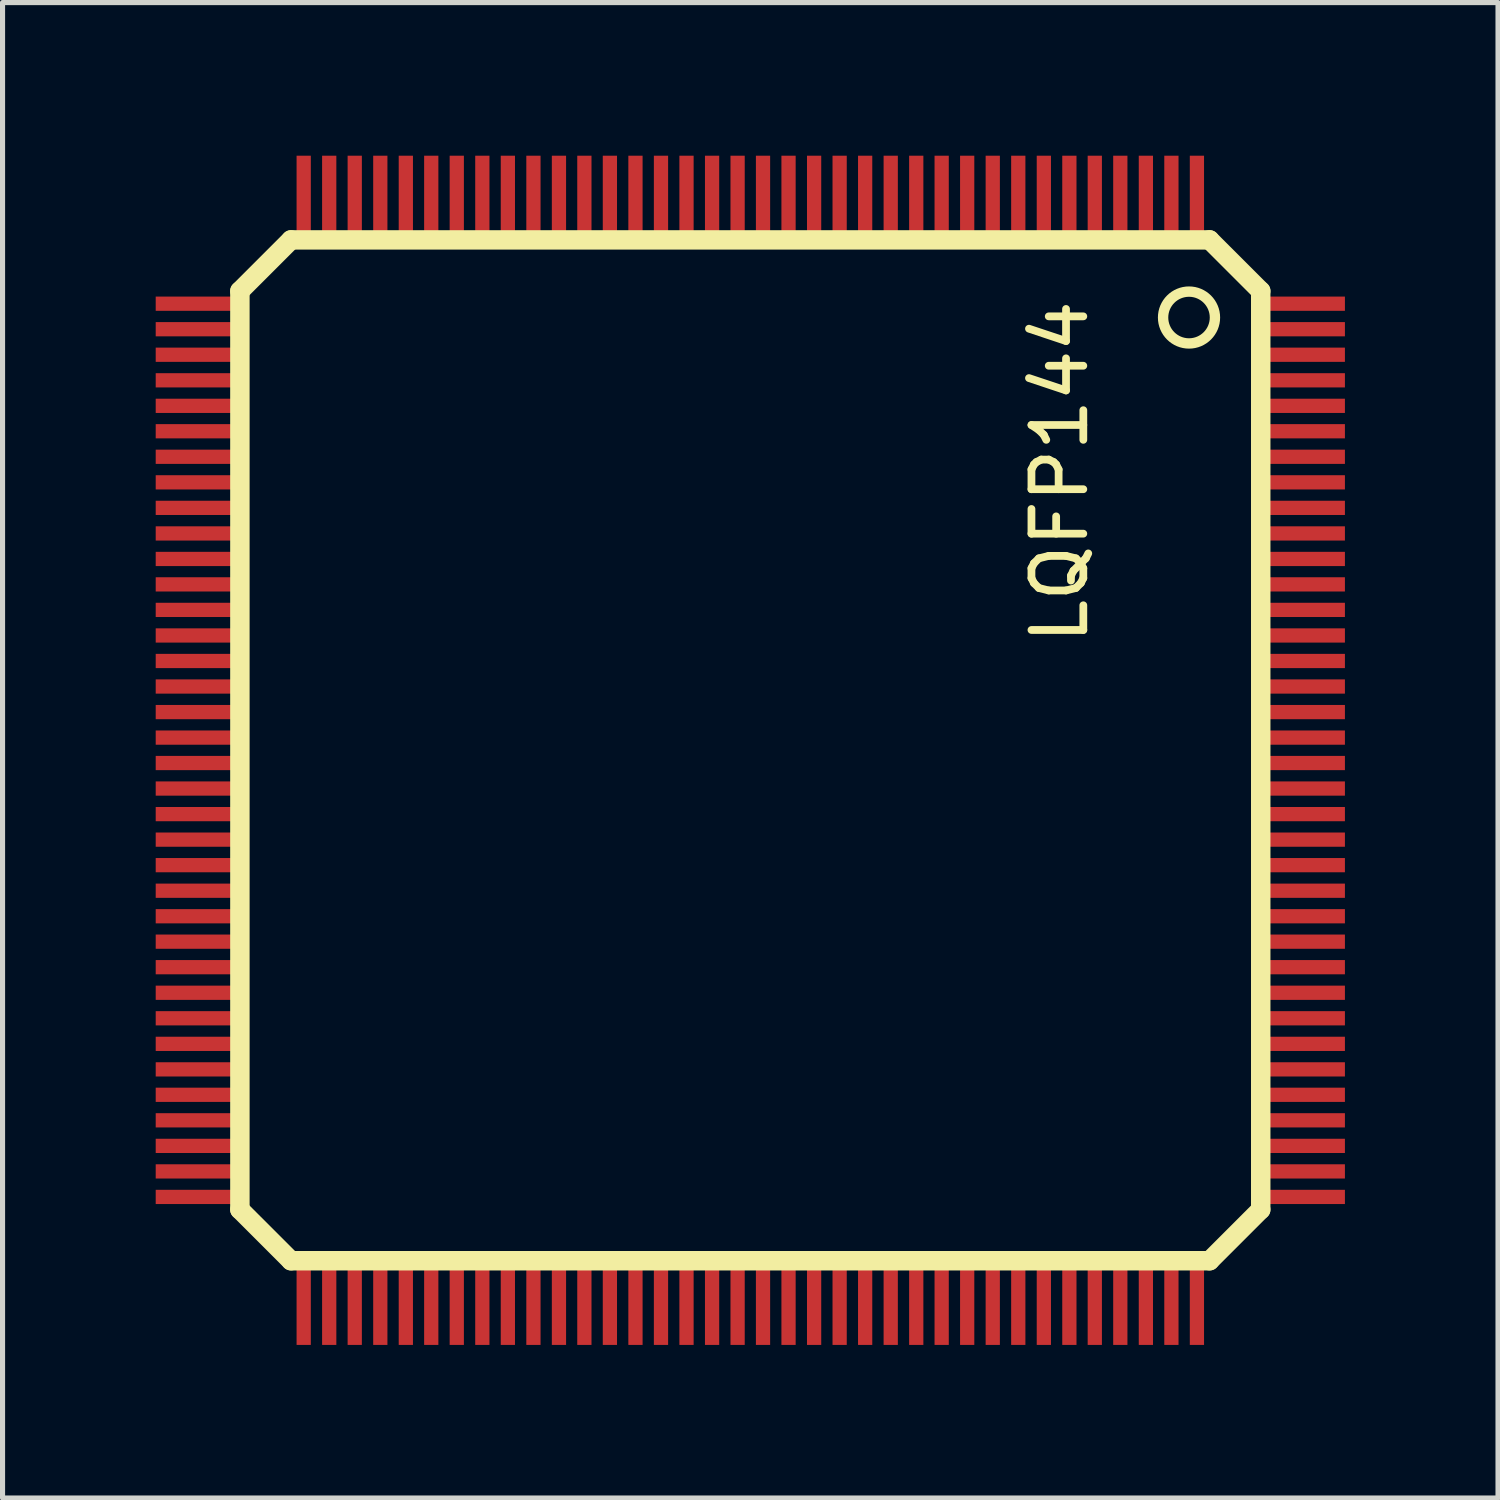
<source format=kicad_pcb>
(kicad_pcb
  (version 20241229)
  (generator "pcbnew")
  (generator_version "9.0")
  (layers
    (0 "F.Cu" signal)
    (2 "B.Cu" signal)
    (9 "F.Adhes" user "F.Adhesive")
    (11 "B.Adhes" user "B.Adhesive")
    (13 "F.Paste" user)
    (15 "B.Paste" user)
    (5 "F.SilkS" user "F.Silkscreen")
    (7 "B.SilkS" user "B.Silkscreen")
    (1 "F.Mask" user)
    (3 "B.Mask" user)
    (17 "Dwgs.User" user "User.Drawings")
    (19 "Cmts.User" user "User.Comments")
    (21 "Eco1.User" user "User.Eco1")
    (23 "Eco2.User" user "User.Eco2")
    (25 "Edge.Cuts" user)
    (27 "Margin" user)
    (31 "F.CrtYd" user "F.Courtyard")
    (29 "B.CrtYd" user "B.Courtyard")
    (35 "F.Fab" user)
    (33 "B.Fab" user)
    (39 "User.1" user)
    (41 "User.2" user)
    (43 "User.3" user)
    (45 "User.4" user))
  (footprint "LQFP144"
    (layer "F.Cu")
    (at 11.65 11.65)
    (property "Reference" "LQFP144" (at 6.062 -5.454 90) (layer "F.SilkS") (effects (font (size 1.016 1.016) (thickness 0.152))))
    (attr smd)
    (fp_line (start -10 -8.999) (end -10 8.999) (stroke (width 0.381) (type solid)) (layer "F.SilkS"))
    (fp_line (start -10 -8.999) (end -8.999 -10) (stroke (width 0.381) (type solid)) (layer "F.SilkS"))
    (fp_line (start -8.999 10) (end -10 8.999) (stroke (width 0.381) (type solid)) (layer "F.SilkS"))
    (fp_line (start -8.999 10) (end 8.999 10) (stroke (width 0.381) (type solid)) (layer "F.SilkS"))
    (fp_line (start 8.999 -10) (end -8.999 -10) (stroke (width 0.381) (type solid)) (layer "F.SilkS"))
    (fp_line (start 8.999 -10) (end 10 -8.999) (stroke (width 0.381) (type solid)) (layer "F.SilkS"))
    (fp_line (start 10 8.999) (end 8.999 10) (stroke (width 0.381) (type solid)) (layer "F.SilkS"))
    (fp_line (start 10 8.999) (end 10 -8.999) (stroke (width 0.381) (type solid)) (layer "F.SilkS"))
    (fp_circle (center 8.595 -8.479) (end 8.595 -8.987) (stroke (width 0.203) (type solid)) (fill no) (layer "F.SilkS"))
    (pad "1" smd rect (at 8.75 -10.899) (size 0.279 1.501) (layers "F.Cu" "F.Mask" "F.Paste"))
    (pad "2" smd rect (at 8.25 -10.899) (size 0.279 1.501) (layers "F.Cu" "F.Mask" "F.Paste"))
    (pad "3" smd rect (at 7.75 -10.899) (size 0.279 1.501) (layers "F.Cu" "F.Mask" "F.Paste"))
    (pad "4" smd rect (at 7.249 -10.899) (size 0.279 1.501) (layers "F.Cu" "F.Mask" "F.Paste"))
    (pad "5" smd rect (at 6.749 -10.899) (size 0.279 1.501) (layers "F.Cu" "F.Mask" "F.Paste"))
    (pad "6" smd rect (at 6.251 -10.899) (size 0.279 1.501) (layers "F.Cu" "F.Mask" "F.Paste"))
    (pad "7" smd rect (at 5.751 -10.899) (size 0.279 1.501) (layers "F.Cu" "F.Mask" "F.Paste"))
    (pad "8" smd rect (at 5.25 -10.899) (size 0.279 1.501) (layers "F.Cu" "F.Mask" "F.Paste"))
    (pad "9" smd rect (at 4.75 -10.899) (size 0.279 1.501) (layers "F.Cu" "F.Mask" "F.Paste"))
    (pad "10" smd rect (at 4.249 -10.899) (size 0.279 1.501) (layers "F.Cu" "F.Mask" "F.Paste"))
    (pad "11" smd rect (at 3.749 -10.899) (size 0.279 1.501) (layers "F.Cu" "F.Mask" "F.Paste"))
    (pad "12" smd rect (at 3.251 -10.899) (size 0.279 1.501) (layers "F.Cu" "F.Mask" "F.Paste"))
    (pad "13" smd rect (at 2.751 -10.899) (size 0.279 1.501) (layers "F.Cu" "F.Mask" "F.Paste"))
    (pad "14" smd rect (at 2.25 -10.899) (size 0.279 1.501) (layers "F.Cu" "F.Mask" "F.Paste"))
    (pad "15" smd rect (at 1.75 -10.899) (size 0.279 1.501) (layers "F.Cu" "F.Mask" "F.Paste"))
    (pad "16" smd rect (at 1.25 -10.899) (size 0.279 1.501) (layers "F.Cu" "F.Mask" "F.Paste"))
    (pad "17" smd rect (at 0.749 -10.899) (size 0.279 1.501) (layers "F.Cu" "F.Mask" "F.Paste"))
    (pad "18" smd rect (at 0.249 -10.899) (size 0.279 1.501) (layers "F.Cu" "F.Mask" "F.Paste"))
    (pad "19" smd rect (at -0.249 -10.899) (size 0.279 1.501) (layers "F.Cu" "F.Mask" "F.Paste"))
    (pad "20" smd rect (at -0.749 -10.899) (size 0.279 1.501) (layers "F.Cu" "F.Mask" "F.Paste"))
    (pad "21" smd rect (at -1.25 -10.899) (size 0.279 1.501) (layers "F.Cu" "F.Mask" "F.Paste"))
    (pad "22" smd rect (at -1.75 -10.899) (size 0.279 1.501) (layers "F.Cu" "F.Mask" "F.Paste"))
    (pad "23" smd rect (at -2.25 -10.899) (size 0.279 1.501) (layers "F.Cu" "F.Mask" "F.Paste"))
    (pad "24" smd rect (at -2.751 -10.899) (size 0.279 1.501) (layers "F.Cu" "F.Mask" "F.Paste"))
    (pad "25" smd rect (at -3.251 -10.899) (size 0.279 1.501) (layers "F.Cu" "F.Mask" "F.Paste"))
    (pad "26" smd rect (at -3.749 -10.899) (size 0.279 1.501) (layers "F.Cu" "F.Mask" "F.Paste"))
    (pad "27" smd rect (at -4.249 -10.899) (size 0.279 1.501) (layers "F.Cu" "F.Mask" "F.Paste"))
    (pad "28" smd rect (at -4.75 -10.899) (size 0.279 1.501) (layers "F.Cu" "F.Mask" "F.Paste"))
    (pad "29" smd rect (at -5.25 -10.899) (size 0.279 1.501) (layers "F.Cu" "F.Mask" "F.Paste"))
    (pad "30" smd rect (at -5.751 -10.899) (size 0.279 1.501) (layers "F.Cu" "F.Mask" "F.Paste"))
    (pad "31" smd rect (at -6.251 -10.899) (size 0.279 1.501) (layers "F.Cu" "F.Mask" "F.Paste"))
    (pad "32" smd rect (at -6.749 -10.899) (size 0.279 1.501) (layers "F.Cu" "F.Mask" "F.Paste"))
    (pad "33" smd rect (at -7.249 -10.899) (size 0.279 1.501) (layers "F.Cu" "F.Mask" "F.Paste"))
    (pad "34" smd rect (at -7.75 -10.899) (size 0.279 1.501) (layers "F.Cu" "F.Mask" "F.Paste"))
    (pad "35" smd rect (at -8.25 -10.899) (size 0.279 1.501) (layers "F.Cu" "F.Mask" "F.Paste"))
    (pad "36" smd rect (at -8.75 -10.899) (size 0.279 1.501) (layers "F.Cu" "F.Mask" "F.Paste"))
    (pad "37" smd rect (at -10.899 -8.75) (size 1.501 0.279) (layers "F.Cu" "F.Mask" "F.Paste"))
    (pad "38" smd rect (at -10.899 -8.25) (size 1.501 0.279) (layers "F.Cu" "F.Mask" "F.Paste"))
    (pad "39" smd rect (at -10.899 -7.75) (size 1.501 0.279) (layers "F.Cu" "F.Mask" "F.Paste"))
    (pad "40" smd rect (at -10.899 -7.249) (size 1.501 0.279) (layers "F.Cu" "F.Mask" "F.Paste"))
    (pad "41" smd rect (at -10.899 -6.749) (size 1.501 0.279) (layers "F.Cu" "F.Mask" "F.Paste"))
    (pad "42" smd rect (at -10.899 -6.251) (size 1.501 0.279) (layers "F.Cu" "F.Mask" "F.Paste"))
    (pad "43" smd rect (at -10.899 -5.751) (size 1.501 0.279) (layers "F.Cu" "F.Mask" "F.Paste"))
    (pad "44" smd rect (at -10.899 -5.25) (size 1.501 0.279) (layers "F.Cu" "F.Mask" "F.Paste"))
    (pad "45" smd rect (at -10.899 -4.75) (size 1.501 0.279) (layers "F.Cu" "F.Mask" "F.Paste"))
    (pad "46" smd rect (at -10.899 -4.249) (size 1.501 0.279) (layers "F.Cu" "F.Mask" "F.Paste"))
    (pad "47" smd rect (at -10.899 -3.749) (size 1.501 0.279) (layers "F.Cu" "F.Mask" "F.Paste"))
    (pad "48" smd rect (at -10.899 -3.251) (size 1.501 0.279) (layers "F.Cu" "F.Mask" "F.Paste"))
    (pad "49" smd rect (at -10.899 -2.751) (size 1.501 0.279) (layers "F.Cu" "F.Mask" "F.Paste"))
    (pad "50" smd rect (at -10.899 -2.25) (size 1.501 0.279) (layers "F.Cu" "F.Mask" "F.Paste"))
    (pad "51" smd rect (at -10.899 -1.75) (size 1.501 0.279) (layers "F.Cu" "F.Mask" "F.Paste"))
    (pad "52" smd rect (at -10.899 -1.25) (size 1.501 0.279) (layers "F.Cu" "F.Mask" "F.Paste"))
    (pad "53" smd rect (at -10.899 -0.749) (size 1.501 0.279) (layers "F.Cu" "F.Mask" "F.Paste"))
    (pad "54" smd rect (at -10.899 -0.249) (size 1.501 0.279) (layers "F.Cu" "F.Mask" "F.Paste"))
    (pad "55" smd rect (at -10.899 0.249) (size 1.501 0.279) (layers "F.Cu" "F.Mask" "F.Paste"))
    (pad "56" smd rect (at -10.899 0.749) (size 1.501 0.279) (layers "F.Cu" "F.Mask" "F.Paste"))
    (pad "57" smd rect (at -10.899 1.25) (size 1.501 0.279) (layers "F.Cu" "F.Mask" "F.Paste"))
    (pad "58" smd rect (at -10.899 1.75) (size 1.501 0.279) (layers "F.Cu" "F.Mask" "F.Paste"))
    (pad "59" smd rect (at -10.899 2.25) (size 1.501 0.279) (layers "F.Cu" "F.Mask" "F.Paste"))
    (pad "60" smd rect (at -10.899 2.751) (size 1.501 0.279) (layers "F.Cu" "F.Mask" "F.Paste"))
    (pad "61" smd rect (at -10.899 3.251) (size 1.501 0.279) (layers "F.Cu" "F.Mask" "F.Paste"))
    (pad "62" smd rect (at -10.899 3.749) (size 1.501 0.279) (layers "F.Cu" "F.Mask" "F.Paste"))
    (pad "63" smd rect (at -10.899 4.249) (size 1.501 0.279) (layers "F.Cu" "F.Mask" "F.Paste"))
    (pad "64" smd rect (at -10.899 4.75) (size 1.501 0.279) (layers "F.Cu" "F.Mask" "F.Paste"))
    (pad "65" smd rect (at -10.899 5.25) (size 1.501 0.279) (layers "F.Cu" "F.Mask" "F.Paste"))
    (pad "66" smd rect (at -10.899 5.751) (size 1.501 0.279) (layers "F.Cu" "F.Mask" "F.Paste"))
    (pad "67" smd rect (at -10.899 6.251) (size 1.501 0.279) (layers "F.Cu" "F.Mask" "F.Paste"))
    (pad "68" smd rect (at -10.899 6.749) (size 1.501 0.279) (layers "F.Cu" "F.Mask" "F.Paste"))
    (pad "69" smd rect (at -10.899 7.249) (size 1.501 0.279) (layers "F.Cu" "F.Mask" "F.Paste"))
    (pad "70" smd rect (at -10.899 7.75) (size 1.501 0.279) (layers "F.Cu" "F.Mask" "F.Paste"))
    (pad "71" smd rect (at -10.899 8.25) (size 1.501 0.279) (layers "F.Cu" "F.Mask" "F.Paste"))
    (pad "72" smd rect (at -10.899 8.75) (size 1.501 0.279) (layers "F.Cu" "F.Mask" "F.Paste"))
    (pad "73" smd rect (at -8.75 10.899) (size 0.279 1.501) (layers "F.Cu" "F.Mask" "F.Paste"))
    (pad "74" smd rect (at -8.25 10.899) (size 0.279 1.501) (layers "F.Cu" "F.Mask" "F.Paste"))
    (pad "75" smd rect (at -7.75 10.899) (size 0.279 1.501) (layers "F.Cu" "F.Mask" "F.Paste"))
    (pad "76" smd rect (at -7.249 10.899) (size 0.279 1.501) (layers "F.Cu" "F.Mask" "F.Paste"))
    (pad "77" smd rect (at -6.749 10.899) (size 0.279 1.501) (layers "F.Cu" "F.Mask" "F.Paste"))
    (pad "78" smd rect (at -6.251 10.899) (size 0.279 1.501) (layers "F.Cu" "F.Mask" "F.Paste"))
    (pad "79" smd rect (at -5.751 10.899) (size 0.279 1.501) (layers "F.Cu" "F.Mask" "F.Paste"))
    (pad "80" smd rect (at -5.25 10.899) (size 0.279 1.501) (layers "F.Cu" "F.Mask" "F.Paste"))
    (pad "81" smd rect (at -4.75 10.899) (size 0.279 1.501) (layers "F.Cu" "F.Mask" "F.Paste"))
    (pad "82" smd rect (at -4.249 10.899) (size 0.279 1.501) (layers "F.Cu" "F.Mask" "F.Paste"))
    (pad "83" smd rect (at -3.749 10.899) (size 0.279 1.501) (layers "F.Cu" "F.Mask" "F.Paste"))
    (pad "84" smd rect (at -3.251 10.899) (size 0.279 1.501) (layers "F.Cu" "F.Mask" "F.Paste"))
    (pad "85" smd rect (at -2.751 10.899) (size 0.279 1.501) (layers "F.Cu" "F.Mask" "F.Paste"))
    (pad "86" smd rect (at -2.25 10.899) (size 0.279 1.501) (layers "F.Cu" "F.Mask" "F.Paste"))
    (pad "87" smd rect (at -1.75 10.899) (size 0.279 1.501) (layers "F.Cu" "F.Mask" "F.Paste"))
    (pad "88" smd rect (at -1.25 10.899) (size 0.279 1.501) (layers "F.Cu" "F.Mask" "F.Paste"))
    (pad "89" smd rect (at -0.749 10.899) (size 0.279 1.501) (layers "F.Cu" "F.Mask" "F.Paste"))
    (pad "90" smd rect (at -0.249 10.899) (size 0.279 1.501) (layers "F.Cu" "F.Mask" "F.Paste"))
    (pad "91" smd rect (at 0.249 10.899) (size 0.279 1.501) (layers "F.Cu" "F.Mask" "F.Paste"))
    (pad "92" smd rect (at 0.749 10.899) (size 0.279 1.501) (layers "F.Cu" "F.Mask" "F.Paste"))
    (pad "93" smd rect (at 1.25 10.899) (size 0.279 1.501) (layers "F.Cu" "F.Mask" "F.Paste"))
    (pad "94" smd rect (at 1.75 10.899) (size 0.279 1.501) (layers "F.Cu" "F.Mask" "F.Paste"))
    (pad "95" smd rect (at 2.25 10.899) (size 0.279 1.501) (layers "F.Cu" "F.Mask" "F.Paste"))
    (pad "96" smd rect (at 2.751 10.899) (size 0.279 1.501) (layers "F.Cu" "F.Mask" "F.Paste"))
    (pad "97" smd rect (at 3.251 10.899) (size 0.279 1.501) (layers "F.Cu" "F.Mask" "F.Paste"))
    (pad "98" smd rect (at 3.749 10.899) (size 0.279 1.501) (layers "F.Cu" "F.Mask" "F.Paste"))
    (pad "99" smd rect (at 4.249 10.899) (size 0.279 1.501) (layers "F.Cu" "F.Mask" "F.Paste"))
    (pad "100" smd rect (at 4.75 10.899) (size 0.279 1.501) (layers "F.Cu" "F.Mask" "F.Paste"))
    (pad "101" smd rect (at 5.25 10.899) (size 0.279 1.501) (layers "F.Cu" "F.Mask" "F.Paste"))
    (pad "102" smd rect (at 5.751 10.899) (size 0.279 1.501) (layers "F.Cu" "F.Mask" "F.Paste"))
    (pad "103" smd rect (at 6.251 10.899) (size 0.279 1.501) (layers "F.Cu" "F.Mask" "F.Paste"))
    (pad "104" smd rect (at 6.749 10.899) (size 0.279 1.501) (layers "F.Cu" "F.Mask" "F.Paste"))
    (pad "105" smd rect (at 7.249 10.899) (size 0.279 1.501) (layers "F.Cu" "F.Mask" "F.Paste"))
    (pad "106" smd rect (at 7.75 10.899) (size 0.279 1.501) (layers "F.Cu" "F.Mask" "F.Paste"))
    (pad "107" smd rect (at 8.25 10.899) (size 0.279 1.501) (layers "F.Cu" "F.Mask" "F.Paste"))
    (pad "108" smd rect (at 8.75 10.899) (size 0.279 1.501) (layers "F.Cu" "F.Mask" "F.Paste"))
    (pad "109" smd rect (at 10.899 8.75) (size 1.501 0.279) (layers "F.Cu" "F.Mask" "F.Paste"))
    (pad "110" smd rect (at 10.899 8.25) (size 1.501 0.279) (layers "F.Cu" "F.Mask" "F.Paste"))
    (pad "111" smd rect (at 10.899 7.75) (size 1.501 0.279) (layers "F.Cu" "F.Mask" "F.Paste"))
    (pad "112" smd rect (at 10.899 7.249) (size 1.501 0.279) (layers "F.Cu" "F.Mask" "F.Paste"))
    (pad "113" smd rect (at 10.899 6.749) (size 1.501 0.279) (layers "F.Cu" "F.Mask" "F.Paste"))
    (pad "114" smd rect (at 10.899 6.251) (size 1.501 0.279) (layers "F.Cu" "F.Mask" "F.Paste"))
    (pad "115" smd rect (at 10.899 5.751) (size 1.501 0.279) (layers "F.Cu" "F.Mask" "F.Paste"))
    (pad "116" smd rect (at 10.899 5.25) (size 1.501 0.279) (layers "F.Cu" "F.Mask" "F.Paste"))
    (pad "117" smd rect (at 10.899 4.75) (size 1.501 0.279) (layers "F.Cu" "F.Mask" "F.Paste"))
    (pad "118" smd rect (at 10.899 4.249) (size 1.501 0.279) (layers "F.Cu" "F.Mask" "F.Paste"))
    (pad "119" smd rect (at 10.899 3.749) (size 1.501 0.279) (layers "F.Cu" "F.Mask" "F.Paste"))
    (pad "120" smd rect (at 10.899 3.251) (size 1.501 0.279) (layers "F.Cu" "F.Mask" "F.Paste"))
    (pad "121" smd rect (at 10.899 2.751) (size 1.501 0.279) (layers "F.Cu" "F.Mask" "F.Paste"))
    (pad "122" smd rect (at 10.899 2.25) (size 1.501 0.279) (layers "F.Cu" "F.Mask" "F.Paste"))
    (pad "123" smd rect (at 10.899 1.75) (size 1.501 0.279) (layers "F.Cu" "F.Mask" "F.Paste"))
    (pad "124" smd rect (at 10.899 1.25) (size 1.501 0.279) (layers "F.Cu" "F.Mask" "F.Paste"))
    (pad "125" smd rect (at 10.899 0.749) (size 1.501 0.279) (layers "F.Cu" "F.Mask" "F.Paste"))
    (pad "126" smd rect (at 10.899 0.249) (size 1.501 0.279) (layers "F.Cu" "F.Mask" "F.Paste"))
    (pad "127" smd rect (at 10.899 -0.249) (size 1.501 0.279) (layers "F.Cu" "F.Mask" "F.Paste"))
    (pad "128" smd rect (at 10.899 -0.749) (size 1.501 0.279) (layers "F.Cu" "F.Mask" "F.Paste"))
    (pad "129" smd rect (at 10.899 -1.25) (size 1.501 0.279) (layers "F.Cu" "F.Mask" "F.Paste"))
    (pad "130" smd rect (at 10.899 -1.75) (size 1.501 0.279) (layers "F.Cu" "F.Mask" "F.Paste"))
    (pad "131" smd rect (at 10.899 -2.25) (size 1.501 0.279) (layers "F.Cu" "F.Mask" "F.Paste"))
    (pad "132" smd rect (at 10.899 -2.751) (size 1.501 0.279) (layers "F.Cu" "F.Mask" "F.Paste"))
    (pad "133" smd rect (at 10.899 -3.251) (size 1.501 0.279) (layers "F.Cu" "F.Mask" "F.Paste"))
    (pad "134" smd rect (at 10.899 -3.749) (size 1.501 0.279) (layers "F.Cu" "F.Mask" "F.Paste"))
    (pad "135" smd rect (at 10.899 -4.249) (size 1.501 0.279) (layers "F.Cu" "F.Mask" "F.Paste"))
    (pad "136" smd rect (at 10.899 -4.75) (size 1.501 0.279) (layers "F.Cu" "F.Mask" "F.Paste"))
    (pad "137" smd rect (at 10.899 -5.25) (size 1.501 0.279) (layers "F.Cu" "F.Mask" "F.Paste"))
    (pad "138" smd rect (at 10.899 -5.751) (size 1.501 0.279) (layers "F.Cu" "F.Mask" "F.Paste"))
    (pad "139" smd rect (at 10.899 -6.251) (size 1.501 0.279) (layers "F.Cu" "F.Mask" "F.Paste"))
    (pad "140" smd rect (at 10.899 -6.749) (size 1.501 0.279) (layers "F.Cu" "F.Mask" "F.Paste"))
    (pad "141" smd rect (at 10.899 -7.249) (size 1.501 0.279) (layers "F.Cu" "F.Mask" "F.Paste"))
    (pad "142" smd rect (at 10.899 -7.75) (size 1.501 0.279) (layers "F.Cu" "F.Mask" "F.Paste"))
    (pad "143" smd rect (at 10.899 -8.25) (size 1.501 0.279) (layers "F.Cu" "F.Mask" "F.Paste"))
    (pad "144" smd rect (at 10.899 -8.75) (size 1.501 0.279) (layers "F.Cu" "F.Mask" "F.Paste")))
  (gr_rect
    (start -3 -3)
    (end 26.299 26.299)
    (stroke (width 0.1) (type default))
    (fill no)
    (layer "Edge.Cuts")))
</source>
